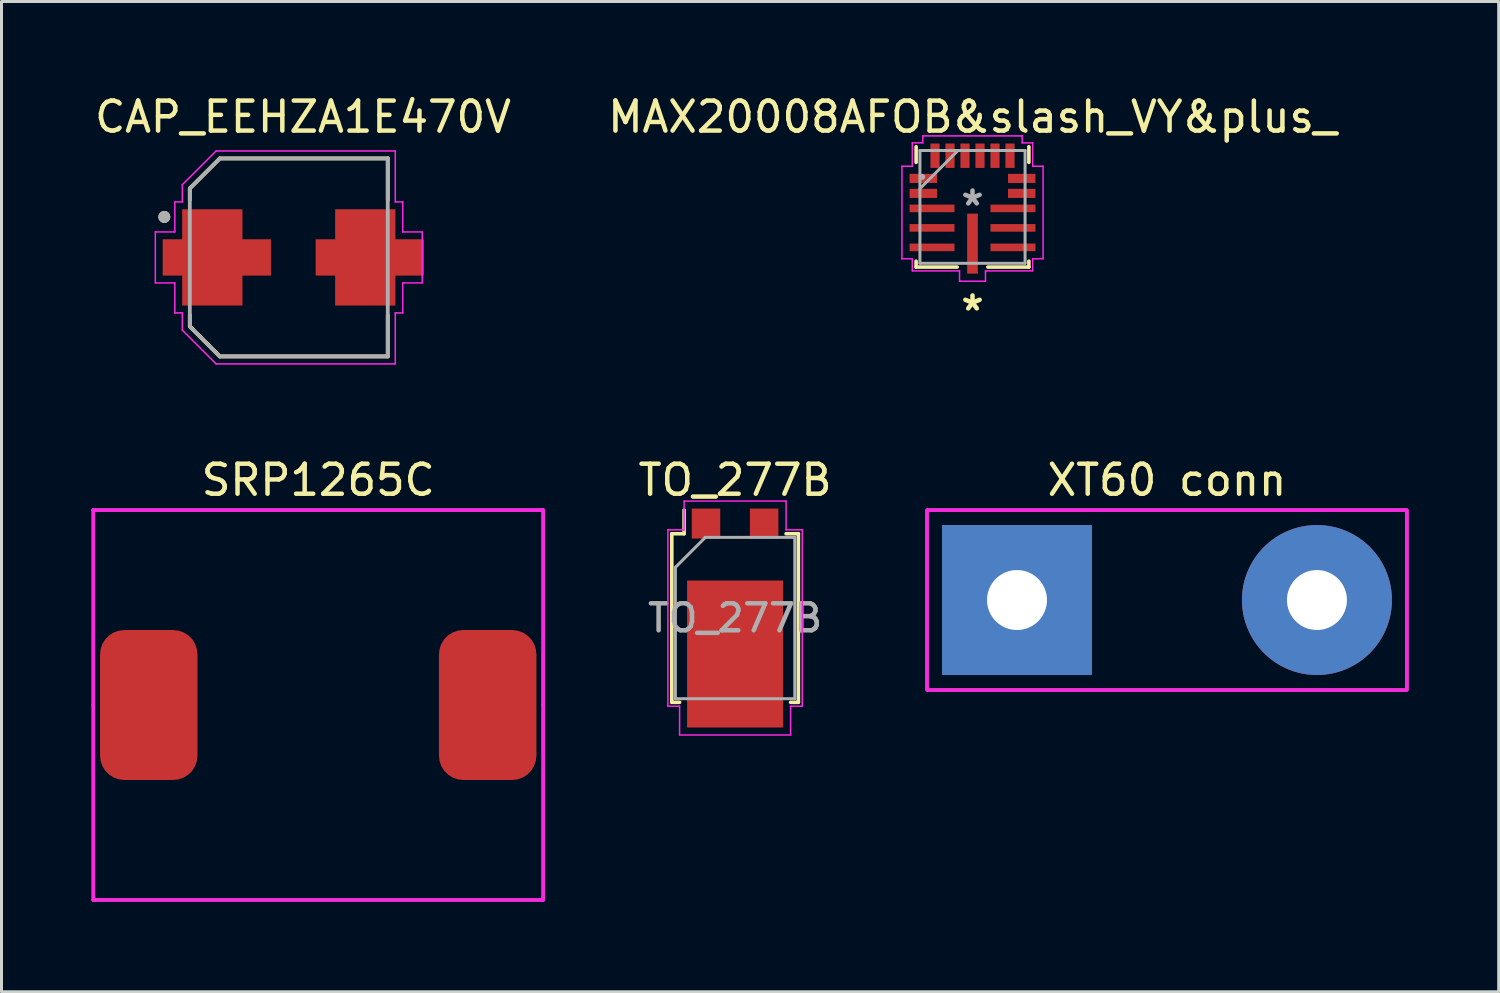
<source format=kicad_pcb>
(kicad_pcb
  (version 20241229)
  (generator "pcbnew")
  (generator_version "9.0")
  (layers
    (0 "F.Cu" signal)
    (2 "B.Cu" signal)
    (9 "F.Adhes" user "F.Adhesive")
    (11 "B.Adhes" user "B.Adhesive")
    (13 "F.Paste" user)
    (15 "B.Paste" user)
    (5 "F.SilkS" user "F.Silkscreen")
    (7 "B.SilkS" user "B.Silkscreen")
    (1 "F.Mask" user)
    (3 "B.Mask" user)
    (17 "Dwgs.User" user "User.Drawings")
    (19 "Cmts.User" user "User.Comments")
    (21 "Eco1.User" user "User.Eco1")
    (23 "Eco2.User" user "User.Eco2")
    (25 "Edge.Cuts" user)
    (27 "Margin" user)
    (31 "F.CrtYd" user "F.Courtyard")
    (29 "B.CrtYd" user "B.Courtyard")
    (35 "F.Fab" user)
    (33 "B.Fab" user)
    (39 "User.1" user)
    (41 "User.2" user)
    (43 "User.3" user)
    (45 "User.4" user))
  (footprint "XT60 conn"
    (layer "F.Cu")
    (at 35.859 16.956)
    (property "Reference" "XT60 conn" (at 0 -4 0) (unlocked yes) (layer "F.SilkS") (effects (font (size 1 1) (thickness 0.15))))
    (attr smd)
    (fp_rect (start 8 -3) (end -8 3) (stroke (width 0.12) (type solid)) (fill no) (layer "F.CrtYd"))
    (fp_rect (start 8 -3) (end -8 3) (stroke (width 0.1) (type solid)) (fill no) (layer "F.Fab"))
    (pad "1" thru_hole rect (at -5 0) (size 5 5) (drill 2) (layers "*.Cu" "*.Mask"))
    (pad "2" thru_hole oval (at 5 0) (size 5 5) (drill 2) (layers "*.Cu" "*.Mask")))
  (footprint "TO_277B"
    (layer "F.Cu")
    (at 21.459 17.556)
    (property "Reference" "TO_277B" (at 0 -4.6 180) (layer "F.SilkS") (effects (font (size 1 1) (thickness 0.15))))
    (attr smd)
    (fp_line (start -2.11 -2.81) (end -2.11 2.81) (stroke (width 0.12) (type solid)) (layer "F.SilkS"))
    (fp_line (start -1.85 2.81) (end -2.11 2.81) (stroke (width 0.12) (type solid)) (layer "F.SilkS"))
    (fp_line (start -1.7 -2.81) (end -2.11 -2.81) (stroke (width 0.12) (type solid)) (layer "F.SilkS"))
    (fp_line (start -1.7 -2.81) (end -1.7 -3.6) (stroke (width 0.12) (type solid)) (layer "F.SilkS"))
    (fp_line (start 2.11 -2.81) (end 1.7 -2.81) (stroke (width 0.12) (type solid)) (layer "F.SilkS"))
    (fp_line (start 2.11 2.81) (end 1.85 2.81) (stroke (width 0.12) (type solid)) (layer "F.SilkS"))
    (fp_line (start 2.11 2.81) (end 2.11 -2.81) (stroke (width 0.12) (type solid)) (layer "F.SilkS"))
    (fp_line (start -2.24 -2.94) (end -2.24 2.94) (stroke (width 0.05) (type solid)) (layer "F.CrtYd"))
    (fp_line (start -2.24 -2.94) (end -1.7 -2.94) (stroke (width 0.05) (type solid)) (layer "F.CrtYd"))
    (fp_line (start -2.24 2.94) (end -1.85 2.94) (stroke (width 0.05) (type solid)) (layer "F.CrtYd"))
    (fp_line (start -1.85 3.9) (end -1.85 2.94) (stroke (width 0.05) (type solid)) (layer "F.CrtYd"))
    (fp_line (start -1.7 -3.9) (end 1.7 -3.9) (stroke (width 0.05) (type solid)) (layer "F.CrtYd"))
    (fp_line (start -1.7 -2.94) (end -1.7 -3.9) (stroke (width 0.05) (type solid)) (layer "F.CrtYd"))
    (fp_line (start 1.7 -2.94) (end 1.7 -3.9) (stroke (width 0.05) (type solid)) (layer "F.CrtYd"))
    (fp_line (start 1.7 -2.94) (end 2.24 -2.94) (stroke (width 0.05) (type solid)) (layer "F.CrtYd"))
    (fp_line (start 1.85 2.94) (end 2.24 2.94) (stroke (width 0.05) (type solid)) (layer "F.CrtYd"))
    (fp_line (start 1.85 3.9) (end -1.85 3.9) (stroke (width 0.05) (type solid)) (layer "F.CrtYd"))
    (fp_line (start 1.85 3.9) (end 1.85 2.94) (stroke (width 0.05) (type solid)) (layer "F.CrtYd"))
    (fp_line (start 2.24 2.94) (end 2.24 -2.94) (stroke (width 0.05) (type solid)) (layer "F.CrtYd"))
    (fp_line (start -1.99 -1.69) (end -1.99 2.69) (stroke (width 0.1) (type solid)) (layer "F.Fab"))
    (fp_line (start -1.99 -1.69) (end -0.99 -2.69) (stroke (width 0.1) (type solid)) (layer "F.Fab"))
    (fp_line (start -1.99 2.69) (end 1.99 2.69) (stroke (width 0.1) (type solid)) (layer "F.Fab"))
    (fp_line (start 1.99 -2.69) (end -1 -2.69) (stroke (width 0.1) (type solid)) (layer "F.Fab"))
    (fp_line (start 1.99 2.69) (end 1.99 -2.69) (stroke (width 0.1) (type solid)) (layer "F.Fab"))
    (fp_text user "${REFERENCE}" (at 0 0 0) (layer "F.Fab") (effects (font (size 0.9 0.9) (thickness 0.15))))
    (pad "" smd rect (at -0.9 -0.6) (size 1.3 1.2) (layers "F.Paste"))
    (pad "" smd rect (at -0.9 1.2) (size 1.3 1.2) (layers "F.Paste"))
    (pad "" smd rect (at -0.9 3) (size 1.3 1.2) (layers "F.Paste"))
    (pad "" smd rect (at 0.9 -0.6) (size 1.3 1.2) (layers "F.Paste"))
    (pad "" smd rect (at 0.9 1.2) (size 1.3 1.2) (layers "F.Paste"))
    (pad "" smd rect (at 0.9 3) (size 1.3 1.2) (layers "F.Paste"))
    (pad "1" smd rect (at -0.97 -3.15) (size 0.95 1) (layers "F.Cu" "F.Mask" "F.Paste"))
    (pad "1" smd rect (at 0.97 -3.15) (size 0.95 1) (layers "F.Cu" "F.Mask" "F.Paste"))
    (pad "2" smd rect (at 0 1.2) (size 3.2 4.9) (layers "F.Cu" "F.Mask")))
  (footprint "SRP1265C"
    (layer "F.Cu")
    (at 7.56 20.456)
    (property "Reference" "SRP1265C" (at 0 -7.5 0) (unlocked yes) (layer "F.SilkS") (effects (font (size 1 1) (thickness 0.15))))
    (attr smd)
    (fp_line (start -7.5 -6.5) (end -7.5 0) (stroke (width 0.12) (type solid)) (layer "F.CrtYd"))
    (fp_line (start -7.5 0) (end -7.5 6.5) (stroke (width 0.12) (type solid)) (layer "F.CrtYd"))
    (fp_line (start -7.5 6.5) (end 7.5 6.5) (stroke (width 0.12) (type solid)) (layer "F.CrtYd"))
    (fp_line (start 7.5 -6.5) (end -7.5 -6.5) (stroke (width 0.12) (type solid)) (layer "F.CrtYd"))
    (fp_line (start 7.5 0) (end 7.5 -6.5) (stroke (width 0.12) (type solid)) (layer "F.CrtYd"))
    (fp_line (start 7.5 6.5) (end 7.5 0) (stroke (width 0.12) (type solid)) (layer "F.CrtYd"))
    (fp_line (start -7.5 -6.5) (end 7.5 -6.5) (stroke (width 0.1) (type solid)) (layer "F.Fab"))
    (fp_line (start -7.5 0) (end -7.5 -6.5) (stroke (width 0.1) (type solid)) (layer "F.Fab"))
    (fp_line (start -7.5 6.5) (end -7.5 0) (stroke (width 0.1) (type solid)) (layer "F.Fab"))
    (fp_line (start 7.5 -6.5) (end 7.5 0) (stroke (width 0.1) (type solid)) (layer "F.Fab"))
    (fp_line (start 7.5 0) (end 7.5 6.5) (stroke (width 0.1) (type solid)) (layer "F.Fab"))
    (fp_line (start 7.5 6.5) (end -7.5 6.5) (stroke (width 0.1) (type solid)) (layer "F.Fab"))
    (pad "1" smd roundrect (at -5.65 0) (size 3.25 5) (layers "F.Cu" "F.Mask" "F.Paste") (roundrect_rratio 0.25))
    (pad "2" smd roundrect (at 5.65 0) (size 3.25 5) (layers "F.Cu" "F.Mask" "F.Paste") (roundrect_rratio 0.25)))
  (footprint "MAX20008AFOB&slash_VY&plus_"
    (layer "F.Cu")
    (at 29.375 3.848)
    (property "Reference" "MAX20008AFOB&slash_VY&plus_" (at 0 -3 0) (layer "F.SilkS") (effects (font (size 1 1) (thickness 0.15))))
    (attr through_hole)
    (fp_line (start -1.88 -2.007) (end -1.88 -1.485) (stroke (width 0.12) (type solid)) (layer "F.SilkS"))
    (fp_line (start -1.88 1.81) (end -1.88 2.007) (stroke (width 0.12) (type solid)) (layer "F.SilkS"))
    (fp_line (start -1.88 2.007) (end -0.511 2.007) (stroke (width 0.12) (type solid)) (layer "F.SilkS"))
    (fp_line (start 0.511 2.007) (end 1.88 2.007) (stroke (width 0.12) (type solid)) (layer "F.SilkS"))
    (fp_line (start 1.88 -1.485) (end 1.88 -2.007) (stroke (width 0.12) (type solid)) (layer "F.SilkS"))
    (fp_line (start 1.88 2.007) (end 1.88 1.81) (stroke (width 0.12) (type solid)) (layer "F.SilkS"))
    (fp_line (start -2.353 1.731) (end -2.007 1.731) (stroke (width 0.05) (type solid)) (layer "F.CrtYd"))
    (fp_line (start -2.353 -1.356) (end -2.353 1.731) (stroke (width 0.05) (type solid)) (layer "F.CrtYd"))
    (fp_line (start -2.007 -2.134) (end -2.007 -1.356) (stroke (width 0.05) (type solid)) (layer "F.CrtYd"))
    (fp_line (start -2.007 -1.356) (end -2.353 -1.356) (stroke (width 0.05) (type solid)) (layer "F.CrtYd"))
    (fp_line (start -2.007 1.731) (end -2.007 2.134) (stroke (width 0.05) (type solid)) (layer "F.CrtYd"))
    (fp_line (start -2.007 2.134) (end -0.432 2.134) (stroke (width 0.05) (type solid)) (layer "F.CrtYd"))
    (fp_line (start -1.656 -2.367) (end -1.656 -2.134) (stroke (width 0.05) (type solid)) (layer "F.CrtYd"))
    (fp_line (start -1.656 -2.134) (end -2.007 -2.134) (stroke (width 0.05) (type solid)) (layer "F.CrtYd"))
    (fp_line (start -0.432 2.134) (end -0.432 2.479) (stroke (width 0.05) (type solid)) (layer "F.CrtYd"))
    (fp_line (start -0.432 2.479) (end 0.432 2.479) (stroke (width 0.05) (type solid)) (layer "F.CrtYd"))
    (fp_line (start 0.432 2.134) (end 2.007 2.134) (stroke (width 0.05) (type solid)) (layer "F.CrtYd"))
    (fp_line (start 0.432 2.479) (end 0.432 2.134) (stroke (width 0.05) (type solid)) (layer "F.CrtYd"))
    (fp_line (start 1.656 -2.367) (end -1.656 -2.367) (stroke (width 0.05) (type solid)) (layer "F.CrtYd"))
    (fp_line (start 1.656 -2.134) (end 1.656 -2.367) (stroke (width 0.05) (type solid)) (layer "F.CrtYd"))
    (fp_line (start 2.007 -2.134) (end 1.656 -2.134) (stroke (width 0.05) (type solid)) (layer "F.CrtYd"))
    (fp_line (start 2.007 -1.356) (end 2.007 -2.134) (stroke (width 0.05) (type solid)) (layer "F.CrtYd"))
    (fp_line (start 2.007 1.731) (end 2.353 1.731) (stroke (width 0.05) (type solid)) (layer "F.CrtYd"))
    (fp_line (start 2.007 2.134) (end 2.007 1.731) (stroke (width 0.05) (type solid)) (layer "F.CrtYd"))
    (fp_line (start 2.353 -1.356) (end 2.007 -1.356) (stroke (width 0.05) (type solid)) (layer "F.CrtYd"))
    (fp_line (start 2.353 1.731) (end 2.353 -1.356) (stroke (width 0.05) (type solid)) (layer "F.CrtYd"))
    (fp_line (start -1.753 -1.88) (end -1.753 1.88) (stroke (width 0.1) (type solid)) (layer "F.Fab"))
    (fp_line (start -1.753 -0.61) (end -0.483 -1.88) (stroke (width 0.1) (type solid)) (layer "F.Fab"))
    (fp_line (start -1.753 1.88) (end 1.753 1.88) (stroke (width 0.1) (type solid)) (layer "F.Fab"))
    (fp_line (start 1.753 -1.88) (end -1.753 -1.88) (stroke (width 0.1) (type solid)) (layer "F.Fab"))
    (fp_line (start 1.753 1.88) (end 1.753 -1.88) (stroke (width 0.1) (type solid)) (layer "F.Fab"))
    (fp_circle (center -1.676 -1) (end -1.676 -1) (stroke (width 0.1) (type solid)) (fill no) (layer "F.Fab"))
    (fp_text user "*" (at 0 3.5 0) (layer "F.SilkS") (effects (font (size 1 1) (thickness 0.15))))
    (fp_text user "*" (at 0 0 0) (layer "F.Fab") (effects (font (size 1 1) (thickness 0.15))))
    (pad "1" smd rect (at -1.641 -0.95) (size 0.914 0.305) (layers "F.Cu" "F.Mask" "F.Paste"))
    (pad "2" smd rect (at -1.641 -0.45) (size 0.914 0.305) (layers "F.Cu" "F.Mask" "F.Paste"))
    (pad "3" smd rect (at -1.349 0.05) (size 1.499 0.254) (layers "F.Cu" "F.Mask" "F.Paste"))
    (pad "4" smd rect (at -1.349 0.7) (size 1.499 0.254) (layers "F.Cu" "F.Mask" "F.Paste"))
    (pad "5" smd rect (at -1.349 1.35) (size 1.499 0.254) (layers "F.Cu" "F.Mask" "F.Paste"))
    (pad "6" smd rect (at 0 1.225) (size 0.356 2) (layers "F.Cu" "F.Mask" "F.Paste"))
    (pad "7" smd rect (at 1.349 1.35) (size 1.499 0.254) (layers "F.Cu" "F.Mask" "F.Paste"))
    (pad "8" smd rect (at 1.349 0.7) (size 1.499 0.254) (layers "F.Cu" "F.Mask" "F.Paste"))
    (pad "9" smd rect (at 1.349 0.05) (size 1.499 0.254) (layers "F.Cu" "F.Mask" "F.Paste"))
    (pad "10" smd rect (at 1.641 -0.45) (size 0.914 0.305) (layers "F.Cu" "F.Mask" "F.Paste"))
    (pad "11" smd rect (at 1.641 -0.95) (size 0.914 0.305) (layers "F.Cu" "F.Mask" "F.Paste"))
    (pad "12" smd rect (at 1.25 -1.706 90) (size 0.813 0.305) (layers "F.Cu" "F.Mask" "F.Paste"))
    (pad "13" smd rect (at 0.75 -1.706 90) (size 0.813 0.305) (layers "F.Cu" "F.Mask" "F.Paste"))
    (pad "14" smd rect (at 0.25 -1.706 90) (size 0.813 0.305) (layers "F.Cu" "F.Mask" "F.Paste"))
    (pad "15" smd rect (at -0.25 -1.706 90) (size 0.813 0.305) (layers "F.Cu" "F.Mask" "F.Paste"))
    (pad "16" smd rect (at -0.75 -1.706 90) (size 0.813 0.305) (layers "F.Cu" "F.Mask" "F.Paste"))
    (pad "17" smd rect (at -1.25 -1.706 90) (size 0.813 0.305) (layers "F.Cu" "F.Mask" "F.Paste")))
  (footprint "CAP_EEHZA1E470V"
    (layer "F.Cu")
    (at 6.579 5.533)
    (property "Reference" "CAP_EEHZA1E470V" (at 0.475 -4.685 0) (layer "F.SilkS") (effects (font (size 1 1) (thickness 0.15))))
    (attr smd)
    (fp_poly (pts (xy -3.65 1.7) (xy -3.65 0.7) (xy -4.3 0.7) (xy -4.3 -0.7) (xy -3.65 -0.7) (xy -3.65 -1.7) (xy -1.45 -1.7) (xy -1.45 -0.7) (xy -0.5 -0.7) (xy -0.5 0.7) (xy -1.45 0.7) (xy -1.45 1.7)) (stroke (width 0.01) (type solid)) (fill yes) (layer "F.Mask"))
    (fp_poly (pts (xy 3.65 1.7) (xy 3.65 0.7) (xy 4.3 0.7) (xy 4.3 -0.7) (xy 3.65 -0.7) (xy 3.65 -1.7) (xy 1.45 -1.7) (xy 1.45 -0.7) (xy 0.5 -0.7) (xy 0.5 0.7) (xy 1.45 0.7) (xy 1.45 1.7)) (stroke (width 0.01) (type solid)) (fill yes) (layer "F.Mask"))
    (fp_line (start -3.3 -2.3) (end -3.3 -1.92) (stroke (width 0.127) (type solid)) (layer "F.SilkS"))
    (fp_line (start -3.3 1.92) (end -3.3 2.3) (stroke (width 0.127) (type solid)) (layer "F.SilkS"))
    (fp_line (start -3.3 2.3) (end -2.3 3.3) (stroke (width 0.127) (type solid)) (layer "F.SilkS"))
    (fp_line (start -2.3 -3.3) (end -3.3 -2.3) (stroke (width 0.127) (type solid)) (layer "F.SilkS"))
    (fp_line (start -2.3 3.3) (end 3.3 3.3) (stroke (width 0.127) (type solid)) (layer "F.SilkS"))
    (fp_line (start 3.3 -3.3) (end -2.3 -3.3) (stroke (width 0.127) (type solid)) (layer "F.SilkS"))
    (fp_line (start 3.3 -1.92) (end 3.3 -3.3) (stroke (width 0.127) (type solid)) (layer "F.SilkS"))
    (fp_line (start 3.3 3.3) (end 3.3 1.92) (stroke (width 0.127) (type solid)) (layer "F.SilkS"))
    (fp_circle (center -4.15 -1.35) (end -4.05 -1.35) (stroke (width 0.2) (type solid)) (fill no) (layer "F.SilkS"))
    (fp_poly (pts (xy -3.55 1.6) (xy -3.55 0.6) (xy -4.2 0.6) (xy -4.2 -0.6) (xy -3.55 -0.6) (xy -3.55 -1.6) (xy -1.55 -1.6) (xy -1.55 -0.6) (xy -0.6 -0.6) (xy -0.6 0.6) (xy -1.55 0.6) (xy -1.55 1.6)) (stroke (width 0.01) (type solid)) (fill yes) (layer "F.Paste"))
    (fp_poly (pts (xy 3.55 1.6) (xy 3.55 0.6) (xy 4.2 0.6) (xy 4.2 -0.6) (xy 3.55 -0.6) (xy 3.55 -1.6) (xy 1.55 -1.6) (xy 1.55 -0.6) (xy 0.6 -0.6) (xy 0.6 0.6) (xy 1.55 0.6) (xy 1.55 1.6)) (stroke (width 0.01) (type solid)) (fill yes) (layer "F.Paste"))
    (fp_line (start -4.45 -0.85) (end -3.8 -0.85) (stroke (width 0.05) (type solid)) (layer "F.CrtYd"))
    (fp_line (start -4.45 0.85) (end -4.45 -0.85) (stroke (width 0.05) (type solid)) (layer "F.CrtYd"))
    (fp_line (start -3.8 -1.85) (end -3.55 -1.85) (stroke (width 0.05) (type solid)) (layer "F.CrtYd"))
    (fp_line (start -3.8 -0.85) (end -3.8 -1.85) (stroke (width 0.05) (type solid)) (layer "F.CrtYd"))
    (fp_line (start -3.8 0.85) (end -4.45 0.85) (stroke (width 0.05) (type solid)) (layer "F.CrtYd"))
    (fp_line (start -3.8 1.85) (end -3.8 0.85) (stroke (width 0.05) (type solid)) (layer "F.CrtYd"))
    (fp_line (start -3.55 -2.425) (end -2.425 -3.55) (stroke (width 0.05) (type solid)) (layer "F.CrtYd"))
    (fp_line (start -3.55 -1.85) (end -3.55 -2.425) (stroke (width 0.05) (type solid)) (layer "F.CrtYd"))
    (fp_line (start -3.55 1.85) (end -3.8 1.85) (stroke (width 0.05) (type solid)) (layer "F.CrtYd"))
    (fp_line (start -3.55 2.425) (end -3.55 1.85) (stroke (width 0.05) (type solid)) (layer "F.CrtYd"))
    (fp_line (start -2.425 -3.55) (end 3.55 -3.55) (stroke (width 0.05) (type solid)) (layer "F.CrtYd"))
    (fp_line (start -2.425 3.55) (end -3.55 2.425) (stroke (width 0.05) (type solid)) (layer "F.CrtYd"))
    (fp_line (start 3.55 -3.55) (end 3.55 -1.85) (stroke (width 0.05) (type solid)) (layer "F.CrtYd"))
    (fp_line (start 3.55 -1.85) (end 3.8 -1.85) (stroke (width 0.05) (type solid)) (layer "F.CrtYd"))
    (fp_line (start 3.55 1.85) (end 3.55 3.55) (stroke (width 0.05) (type solid)) (layer "F.CrtYd"))
    (fp_line (start 3.55 3.55) (end -2.425 3.55) (stroke (width 0.05) (type solid)) (layer "F.CrtYd"))
    (fp_line (start 3.8 -1.85) (end 3.8 -0.85) (stroke (width 0.05) (type solid)) (layer "F.CrtYd"))
    (fp_line (start 3.8 -0.85) (end 4.45 -0.85) (stroke (width 0.05) (type solid)) (layer "F.CrtYd"))
    (fp_line (start 3.8 0.85) (end 3.8 1.85) (stroke (width 0.05) (type solid)) (layer "F.CrtYd"))
    (fp_line (start 3.8 1.85) (end 3.55 1.85) (stroke (width 0.05) (type solid)) (layer "F.CrtYd"))
    (fp_line (start 4.45 -0.85) (end 4.45 0.85) (stroke (width 0.05) (type solid)) (layer "F.CrtYd"))
    (fp_line (start 4.45 0.85) (end 3.8 0.85) (stroke (width 0.05) (type solid)) (layer "F.CrtYd"))
    (fp_line (start -3.3 -2.3) (end -3.3 2.3) (stroke (width 0.127) (type solid)) (layer "F.Fab"))
    (fp_line (start -3.3 2.3) (end -2.3 3.3) (stroke (width 0.127) (type solid)) (layer "F.Fab"))
    (fp_line (start -2.3 -3.3) (end -3.3 -2.3) (stroke (width 0.127) (type solid)) (layer "F.Fab"))
    (fp_line (start -2.3 3.3) (end 3.3 3.3) (stroke (width 0.127) (type solid)) (layer "F.Fab"))
    (fp_line (start 3.3 -3.3) (end -2.3 -3.3) (stroke (width 0.127) (type solid)) (layer "F.Fab"))
    (fp_line (start 3.3 3.3) (end 3.3 -3.3) (stroke (width 0.127) (type solid)) (layer "F.Fab"))
    (fp_circle (center -4.15 -1.35) (end -4.05 -1.35) (stroke (width 0.2) (type solid)) (fill no) (layer "F.Fab"))
    (pad "1" smd custom (at -2.55 0) (size 1.8 1.8) (layers "F.Cu") (options (anchor rect)) (primitives (gr_poly (pts (xy -1 1.6) (xy -1 0.6) (xy -1.65 0.6) (xy -1.65 -0.6) (xy -1 -0.6) (xy -1 -1.6) (xy 1 -1.6) (xy 1 -0.6) (xy 1.95 -0.6) (xy 1.95 0.6) (xy 1 0.6) (xy 1 1.6)) (width 0.01) (fill yes))))
    (pad "2" smd custom (at 2.55 0 180) (size 1.8 1.8) (layers "F.Cu") (options (anchor rect)) (primitives (gr_poly (pts (xy 1 1.6) (xy 1 0.6) (xy 1.65 0.6) (xy 1.65 -0.6) (xy 1 -0.6) (xy 1 -1.6) (xy -1 -1.6) (xy -1 -0.6) (xy -1.95 -0.6) (xy -1.95 0.6) (xy -1 0.6) (xy -1 1.6)) (width 0.01) (fill yes)))))
  (gr_rect
    (start -3 -3)
    (end 46.919 30.017)
    (stroke (width 0.1) (type default))
    (fill no)
    (layer "Edge.Cuts")))
</source>
